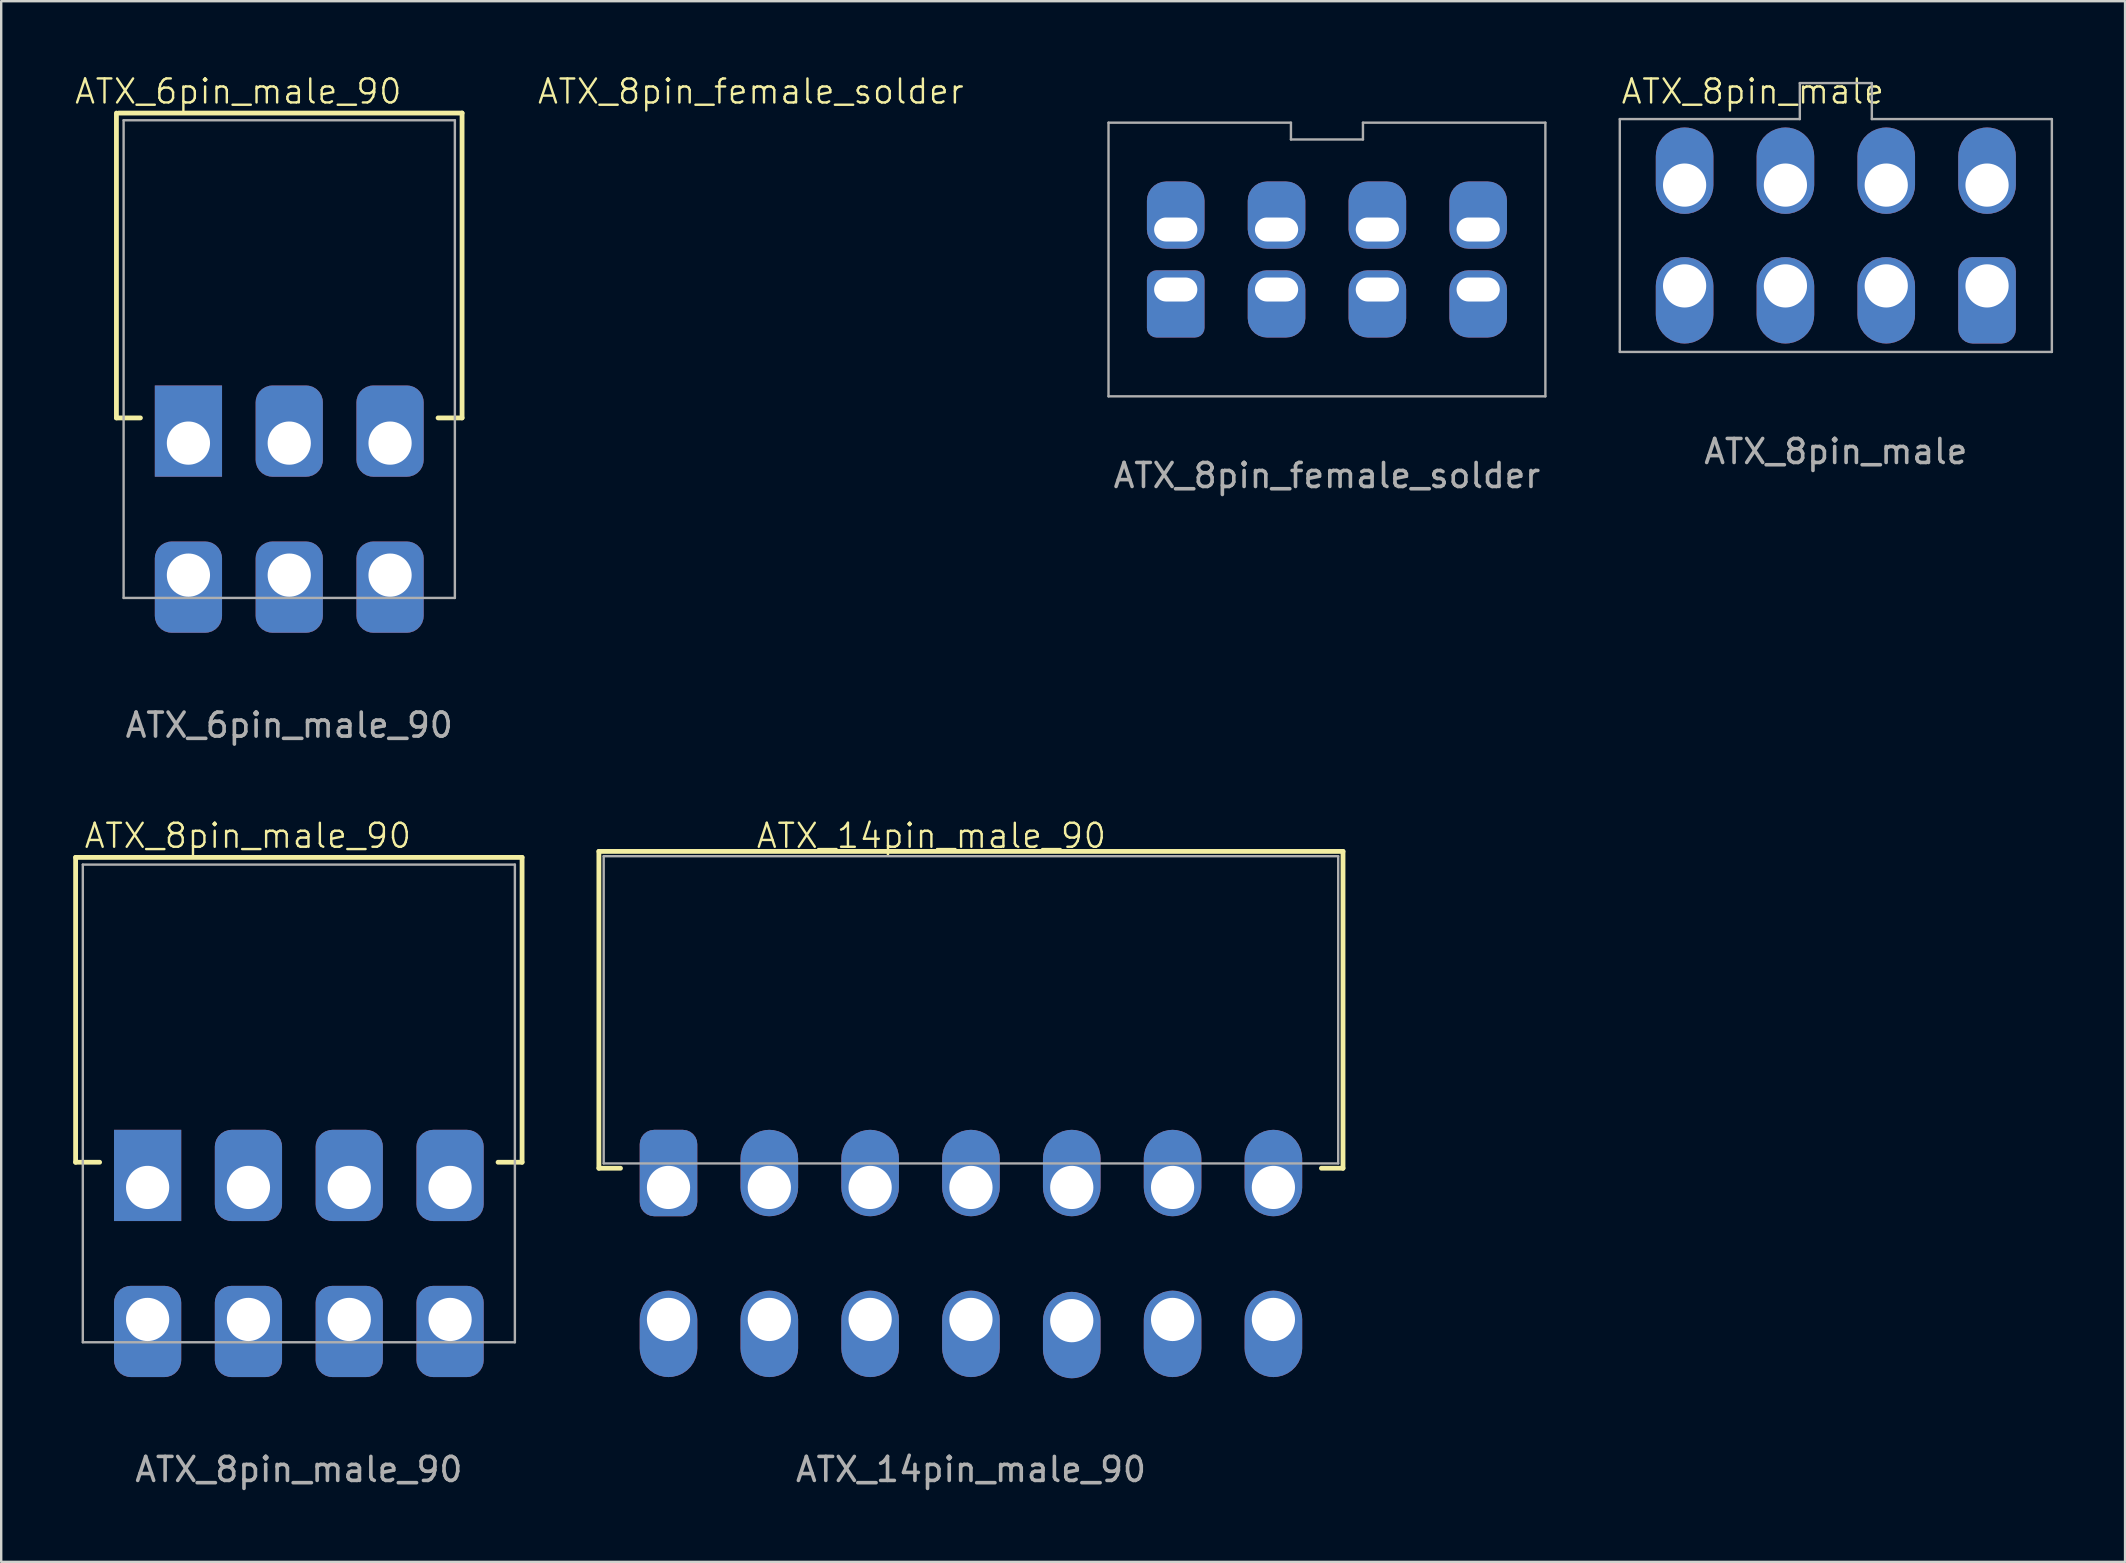
<source format=kicad_pcb>
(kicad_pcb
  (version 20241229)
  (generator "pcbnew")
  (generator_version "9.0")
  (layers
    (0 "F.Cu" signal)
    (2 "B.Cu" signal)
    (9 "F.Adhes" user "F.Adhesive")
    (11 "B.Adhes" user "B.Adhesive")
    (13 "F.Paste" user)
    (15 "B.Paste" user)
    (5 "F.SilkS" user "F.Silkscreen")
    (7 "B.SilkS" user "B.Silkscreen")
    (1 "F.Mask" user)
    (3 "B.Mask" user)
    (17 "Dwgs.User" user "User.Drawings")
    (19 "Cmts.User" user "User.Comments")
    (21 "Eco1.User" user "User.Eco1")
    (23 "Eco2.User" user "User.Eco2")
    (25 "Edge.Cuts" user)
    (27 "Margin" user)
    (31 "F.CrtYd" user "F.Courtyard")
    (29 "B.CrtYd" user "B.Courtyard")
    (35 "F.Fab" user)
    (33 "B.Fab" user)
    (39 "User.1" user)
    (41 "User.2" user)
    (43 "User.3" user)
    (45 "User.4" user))
  (footprint "ATX_8pin_male_90"
    (layer "F.Cu")
    (at 9.4 49.169)
    (property "Reference" "ATX_8pin_male_90" (at -9 -17.4 0) (unlocked yes) (layer "F.SilkS") (effects (font (size 1 1) (thickness 0.1)) (justify left)))
    (attr through_hole)
    (fp_line (start -9.3 -16.5) (end 9.3 -16.5) (stroke (width 0.2) (type default)) (layer "F.SilkS"))
    (fp_line (start -9.3 -3.8) (end -9.3 -16.5) (stroke (width 0.2) (type default)) (layer "F.SilkS"))
    (fp_line (start -9.3 -3.8) (end -8.3 -3.8) (stroke (width 0.2) (type default)) (layer "F.SilkS"))
    (fp_line (start 9.3 -16.5) (end 9.3 -3.8) (stroke (width 0.2) (type default)) (layer "F.SilkS"))
    (fp_line (start 9.3 -3.8) (end 8.3 -3.8) (stroke (width 0.2) (type default)) (layer "F.SilkS"))
    (fp_line (start -9 -16.2) (end -9 3.7) (stroke (width 0.1) (type default)) (layer "F.Fab"))
    (fp_line (start -9 3.7) (end 9 3.7) (stroke (width 0.1) (type default)) (layer "F.Fab"))
    (fp_line (start 9 -16.2) (end -9 -16.2) (stroke (width 0.1) (type default)) (layer "F.Fab"))
    (fp_line (start 9 3.7) (end 9 -16.2) (stroke (width 0.1) (type default)) (layer "F.Fab"))
    (fp_text user "${REFERENCE}" (at 0 9 0) (unlocked yes) (layer "F.Fab") (effects (font (size 1 1) (thickness 0.15))))
    (pad "1" thru_hole rect (at -6.3 -2.75) (size 2.8 3.8) (drill oval 1.8 (offset 0 -0.5)) (layers "*.Cu" "*.Mask"))
    (pad "2" thru_hole roundrect (at -2.1 -2.75) (size 2.8 3.8) (drill oval 1.8 (offset 0 -0.5)) (layers "*.Cu" "*.Mask") (roundrect_rratio 0.25))
    (pad "3" thru_hole roundrect (at 2.1 -2.75) (size 2.8 3.8) (drill oval 1.8 (offset 0 -0.5)) (layers "*.Cu" "*.Mask") (roundrect_rratio 0.25))
    (pad "4" thru_hole roundrect (at 6.3 -2.75) (size 2.8 3.8) (drill oval 1.8 (offset 0 -0.5)) (layers "*.Cu" "*.Mask") (roundrect_rratio 0.25))
    (pad "5" thru_hole roundrect (at -6.3 2.75) (size 2.8 3.8) (drill oval 1.8 (offset 0 0.5)) (layers "*.Cu" "*.Mask") (roundrect_rratio 0.25))
    (pad "6" thru_hole roundrect (at -2.1 2.75) (size 2.8 3.8) (drill oval 1.8 (offset 0 0.5)) (layers "*.Cu" "*.Mask") (roundrect_rratio 0.25))
    (pad "7" thru_hole roundrect (at 2.1 2.75) (size 2.8 3.8) (drill oval 1.8 (offset 0 0.5)) (layers "*.Cu" "*.Mask") (roundrect_rratio 0.25))
    (pad "8" thru_hole roundrect (at 6.3 2.75) (size 2.8 3.8) (drill oval 1.8 (offset 0 0.5)) (layers "*.Cu" "*.Mask") (roundrect_rratio 0.25)))
  (footprint "ATX_14pin_male_90"
    (layer "F.Cu")
    (at 37.4 49.169)
    (property "Reference" "ATX_14pin_male_90" (at -9 -17.4 0) (unlocked yes) (layer "F.SilkS") (effects (font (size 1 1) (thickness 0.1)) (justify left)))
    (attr through_hole)
    (fp_line (start -15.5 -16.75) (end 15.5 -16.75) (stroke (width 0.2) (type default)) (layer "F.SilkS"))
    (fp_line (start -15.5 -3.55) (end -15.5 -16.75) (stroke (width 0.2) (type default)) (layer "F.SilkS"))
    (fp_line (start -15.5 -3.55) (end -14.6 -3.55) (stroke (width 0.2) (type default)) (layer "F.SilkS"))
    (fp_line (start 15.5 -16.75) (end 15.5 -3.55) (stroke (width 0.2) (type default)) (layer "F.SilkS"))
    (fp_line (start 15.5 -3.55) (end 14.6 -3.55) (stroke (width 0.2) (type default)) (layer "F.SilkS"))
    (fp_line (start -15.3 -16.55) (end -15.3 -3.75) (stroke (width 0.1) (type default)) (layer "F.Fab"))
    (fp_line (start -15.3 -3.75) (end 15.3 -3.75) (stroke (width 0.1) (type default)) (layer "F.Fab"))
    (fp_line (start 15.3 -16.55) (end -15.3 -16.55) (stroke (width 0.1) (type default)) (layer "F.Fab"))
    (fp_line (start 15.3 -3.75) (end 15.3 -16.55) (stroke (width 0.1) (type default)) (layer "F.Fab"))
    (fp_text user "${REFERENCE}" (at 0 9 0) (unlocked yes) (layer "F.Fab") (effects (font (size 1 1) (thickness 0.15))))
    (pad "1" thru_hole roundrect (at -12.6 -2.75) (size 2.4 3.6) (drill oval 1.8 (offset 0 -0.6)) (layers "*.Cu" "*.Mask") (roundrect_rratio 0.25))
    (pad "2" thru_hole roundrect (at -8.4 -2.75) (size 2.4 3.6) (drill oval 1.8 (offset 0 -0.6)) (layers "*.Cu" "*.Mask") (roundrect_rratio 0.5))
    (pad "3" thru_hole roundrect (at -4.2 -2.75) (size 2.4 3.6) (drill oval 1.8 (offset 0 -0.6)) (layers "*.Cu" "*.Mask") (roundrect_rratio 0.5))
    (pad "4" thru_hole roundrect (at 0 -2.75) (size 2.4 3.6) (drill oval 1.8 (offset 0 -0.6)) (layers "*.Cu" "*.Mask") (roundrect_rratio 0.5))
    (pad "5" thru_hole roundrect (at 4.2 -2.75) (size 2.4 3.6) (drill oval 1.8 (offset 0 -0.6)) (layers "*.Cu" "*.Mask") (roundrect_rratio 0.5))
    (pad "6" thru_hole roundrect (at 8.4 -2.75) (size 2.4 3.6) (drill oval 1.8 (offset 0 -0.6)) (layers "*.Cu" "*.Mask") (roundrect_rratio 0.5))
    (pad "7" thru_hole roundrect (at 12.6 -2.75) (size 2.4 3.6) (drill oval 1.8 (offset 0 -0.6)) (layers "*.Cu" "*.Mask") (roundrect_rratio 0.5))
    (pad "8" thru_hole roundrect (at -12.6 2.75) (size 2.4 3.6) (drill oval 1.8 (offset 0 0.6)) (layers "*.Cu" "*.Mask") (roundrect_rratio 0.5))
    (pad "9" thru_hole roundrect (at -8.4 2.75) (size 2.4 3.6) (drill oval 1.8 (offset 0 0.6)) (layers "*.Cu" "*.Mask") (roundrect_rratio 0.5))
    (pad "10" thru_hole roundrect (at -4.2 2.75) (size 2.4 3.6) (drill oval 1.8 (offset 0 0.6)) (layers "*.Cu" "*.Mask") (roundrect_rratio 0.5))
    (pad "11" thru_hole roundrect (at 0 2.75) (size 2.4 3.6) (drill oval 1.8 (offset 0 0.6)) (layers "*.Cu" "*.Mask") (roundrect_rratio 0.5))
    (pad "12" thru_hole roundrect (at 4.2 2.8) (size 2.4 3.6) (drill oval 1.8 (offset 0 0.6)) (layers "*.Cu" "*.Mask") (roundrect_rratio 0.5))
    (pad "13" thru_hole roundrect (at 8.4 2.75) (size 2.4 3.6) (drill oval 1.8 (offset 0 0.6)) (layers "*.Cu" "*.Mask") (roundrect_rratio 0.5))
    (pad "14" thru_hole roundrect (at 12.6 2.75) (size 2.4 3.6) (drill oval 1.8 (offset 0 0.6)) (layers "*.Cu" "*.Mask") (roundrect_rratio 0.5)))
  (footprint "ATX_8pin_female_solder"
    (layer "F.Cu")
    (at 52.231 7.761)
    (property "Reference" "ATX_8pin_female_solder" (at -24 -7 0) (unlocked yes) (layer "F.SilkS") (effects (font (size 1 1) (thickness 0.1))))
    (attr through_hole)
    (fp_line (start -9.1 -5.7) (end -9.1 5.7) (stroke (width 0.1) (type default)) (layer "F.Fab"))
    (fp_line (start -9.1 5.7) (end 9.1 5.7) (stroke (width 0.1) (type default)) (layer "F.Fab"))
    (fp_line (start -1.5 -5.7) (end -9.1 -5.7) (stroke (width 0.1) (type default)) (layer "F.Fab"))
    (fp_line (start -1.5 -5) (end -1.5 -5.7) (stroke (width 0.1) (type default)) (layer "F.Fab"))
    (fp_line (start 1.5 -5.7) (end 1.5 -5) (stroke (width 0.1) (type default)) (layer "F.Fab"))
    (fp_line (start 1.5 -5) (end -1.5 -5) (stroke (width 0.1) (type default)) (layer "F.Fab"))
    (fp_line (start 9.1 -5.7) (end 1.5 -5.7) (stroke (width 0.1) (type default)) (layer "F.Fab"))
    (fp_line (start 9.1 5.7) (end 9.1 -5.7) (stroke (width 0.1) (type default)) (layer "F.Fab"))
    (fp_text user "${REFERENCE}" (at 0 9 0) (unlocked yes) (layer "F.Fab") (effects (font (size 1 1) (thickness 0.15))))
    (pad "1" thru_hole roundrect (at -6.3 1.25) (size 2.4 2.8) (drill oval 1.8 1 (offset 0 0.6)) (layers "*.Cu" "*.Mask") (roundrect_rratio 0.167))
    (pad "2" thru_hole roundrect (at -2.1 1.25) (size 2.4 2.8) (drill oval 1.8 1 (offset 0 0.6)) (layers "*.Cu" "*.Mask") (roundrect_rratio 0.333))
    (pad "3" thru_hole roundrect (at 2.1 1.25) (size 2.4 2.8) (drill oval 1.8 1 (offset 0 0.6)) (layers "*.Cu" "*.Mask") (roundrect_rratio 0.333))
    (pad "4" thru_hole roundrect (at 6.3 1.25) (size 2.4 2.8) (drill oval 1.8 1 (offset 0 0.6)) (layers "*.Cu" "*.Mask") (roundrect_rratio 0.333))
    (pad "5" thru_hole roundrect (at -6.3 -1.25) (size 2.4 2.8) (drill oval 1.8 1 (offset 0 -0.6)) (layers "*.Cu" "*.Mask") (roundrect_rratio 0.333))
    (pad "6" thru_hole roundrect (at -2.1 -1.25) (size 2.4 2.8) (drill oval 1.8 1 (offset 0 -0.6)) (layers "*.Cu" "*.Mask") (roundrect_rratio 0.333))
    (pad "7" thru_hole roundrect (at 2.1 -1.25) (size 2.4 2.8) (drill oval 1.8 1 (offset 0 -0.6)) (layers "*.Cu" "*.Mask") (roundrect_rratio 0.333))
    (pad "8" thru_hole roundrect (at 6.3 -1.25) (size 2.4 2.8) (drill oval 1.8 1 (offset 0 -0.6)) (layers "*.Cu" "*.Mask") (roundrect_rratio 0.333)))
  (footprint "ATX_8pin_male"
    (layer "F.Cu")
    (at 73.431 6.761)
    (property "Reference" "ATX_8pin_male" (at -9 -6 0) (unlocked yes) (layer "F.SilkS") (effects (font (size 1 1) (thickness 0.1)) (justify left)))
    (attr through_hole)
    (fp_line (start -9 -4.85) (end -9 4.85) (stroke (width 0.1) (type default)) (layer "F.Fab"))
    (fp_line (start -9 4.85) (end 9 4.85) (stroke (width 0.1) (type default)) (layer "F.Fab"))
    (fp_line (start -1.5 -6.35) (end -1.5 -4.85) (stroke (width 0.1) (type default)) (layer "F.Fab"))
    (fp_line (start -1.5 -4.85) (end -9 -4.85) (stroke (width 0.1) (type default)) (layer "F.Fab"))
    (fp_line (start 1.5 -6.35) (end -1.5 -6.35) (stroke (width 0.1) (type default)) (layer "F.Fab"))
    (fp_line (start 1.5 -4.85) (end 1.5 -6.35) (stroke (width 0.1) (type default)) (layer "F.Fab"))
    (fp_line (start 9 -4.85) (end 1.5 -4.85) (stroke (width 0.1) (type default)) (layer "F.Fab"))
    (fp_line (start 9 4.85) (end 9 -4.85) (stroke (width 0.1) (type default)) (layer "F.Fab"))
    (fp_text user "${REFERENCE}" (at 0 9 0) (unlocked yes) (layer "F.Fab") (effects (font (size 1 1) (thickness 0.15))))
    (pad "1" thru_hole roundrect (at 6.3 2.1) (size 2.4 3.6) (drill oval 1.8 (offset 0 0.6)) (layers "*.Cu" "*.Mask") (roundrect_rratio 0.25))
    (pad "2" thru_hole roundrect (at 2.1 2.1) (size 2.4 3.6) (drill oval 1.8 (offset 0 0.6)) (layers "*.Cu" "*.Mask") (roundrect_rratio 0.5))
    (pad "3" thru_hole roundrect (at -2.1 2.1) (size 2.4 3.6) (drill oval 1.8 (offset 0 0.6)) (layers "*.Cu" "*.Mask") (roundrect_rratio 0.5))
    (pad "4" thru_hole roundrect (at -6.3 2.1) (size 2.4 3.6) (drill oval 1.8 (offset 0 0.6)) (layers "*.Cu" "*.Mask") (roundrect_rratio 0.5))
    (pad "5" thru_hole roundrect (at 6.3 -2.1) (size 2.4 3.6) (drill oval 1.8 (offset 0 -0.6)) (layers "*.Cu" "*.Mask") (roundrect_rratio 0.5))
    (pad "6" thru_hole roundrect (at 2.1 -2.1) (size 2.4 3.6) (drill oval 1.8 (offset 0 -0.6)) (layers "*.Cu" "*.Mask") (roundrect_rratio 0.5))
    (pad "7" thru_hole roundrect (at -2.1 -2.1) (size 2.4 3.6) (drill oval 1.8 (offset 0 -0.6)) (layers "*.Cu" "*.Mask") (roundrect_rratio 0.5))
    (pad "8" thru_hole roundrect (at -6.3 -2.1) (size 2.4 3.6) (drill oval 1.8 (offset 0 -0.6)) (layers "*.Cu" "*.Mask") (roundrect_rratio 0.5)))
  (footprint "ATX_6pin_male_90"
    (layer "F.Cu")
    (at 9 18.16)
    (property "Reference" "ATX_6pin_male_90" (at -9 -17.4 0) (unlocked yes) (layer "F.SilkS") (effects (font (size 1 1) (thickness 0.1)) (justify left)))
    (attr through_hole)
    (fp_line (start -7.2 -3.8) (end -7.2 -16.5) (stroke (width 0.2) (type default)) (layer "F.SilkS"))
    (fp_line (start -7.2 -3.8) (end -6.2 -3.8) (stroke (width 0.2) (type default)) (layer "F.SilkS"))
    (fp_line (start -7.1 -16.5) (end 7.2 -16.5) (stroke (width 0.2) (type default)) (layer "F.SilkS"))
    (fp_line (start 7.2 -16.5) (end 7.2 -3.8) (stroke (width 0.2) (type default)) (layer "F.SilkS"))
    (fp_line (start 7.2 -3.8) (end 6.2 -3.8) (stroke (width 0.2) (type default)) (layer "F.SilkS"))
    (fp_line (start -6.9 -16.2) (end -6.9 3.7) (stroke (width 0.1) (type default)) (layer "F.Fab"))
    (fp_line (start -6.9 3.7) (end 6.9 3.7) (stroke (width 0.1) (type default)) (layer "F.Fab"))
    (fp_line (start 6.9 -16.2) (end -6.9 -16.2) (stroke (width 0.1) (type default)) (layer "F.Fab"))
    (fp_line (start 6.9 3.7) (end 6.9 -16.2) (stroke (width 0.1) (type default)) (layer "F.Fab"))
    (fp_text user "${REFERENCE}" (at 0 9 0) (unlocked yes) (layer "F.Fab") (effects (font (size 1 1) (thickness 0.15))))
    (pad "1" thru_hole rect (at -4.2 -2.75) (size 2.8 3.8) (drill oval 1.8 (offset 0 -0.5)) (layers "*.Cu" "*.Mask"))
    (pad "2" thru_hole roundrect (at 0 -2.75) (size 2.8 3.8) (drill oval 1.8 (offset 0 -0.5)) (layers "*.Cu" "*.Mask") (roundrect_rratio 0.25))
    (pad "3" thru_hole roundrect (at 4.2 -2.75) (size 2.8 3.8) (drill oval 1.8 (offset 0 -0.5)) (layers "*.Cu" "*.Mask") (roundrect_rratio 0.25))
    (pad "4" thru_hole roundrect (at -4.2 2.75) (size 2.8 3.8) (drill oval 1.8 (offset 0 0.5)) (layers "*.Cu" "*.Mask") (roundrect_rratio 0.25))
    (pad "5" thru_hole roundrect (at 0 2.75) (size 2.8 3.8) (drill oval 1.8 (offset 0 0.5)) (layers "*.Cu" "*.Mask") (roundrect_rratio 0.25))
    (pad "6" thru_hole roundrect (at 4.2 2.75) (size 2.8 3.8) (drill oval 1.8 (offset 0 0.5)) (layers "*.Cu" "*.Mask") (roundrect_rratio 0.25)))
  (gr_rect
    (start -3 -3)
    (end 85.481 62.017)
    (stroke (width 0.1) (type default))
    (fill no)
    (layer "Edge.Cuts")))
</source>
